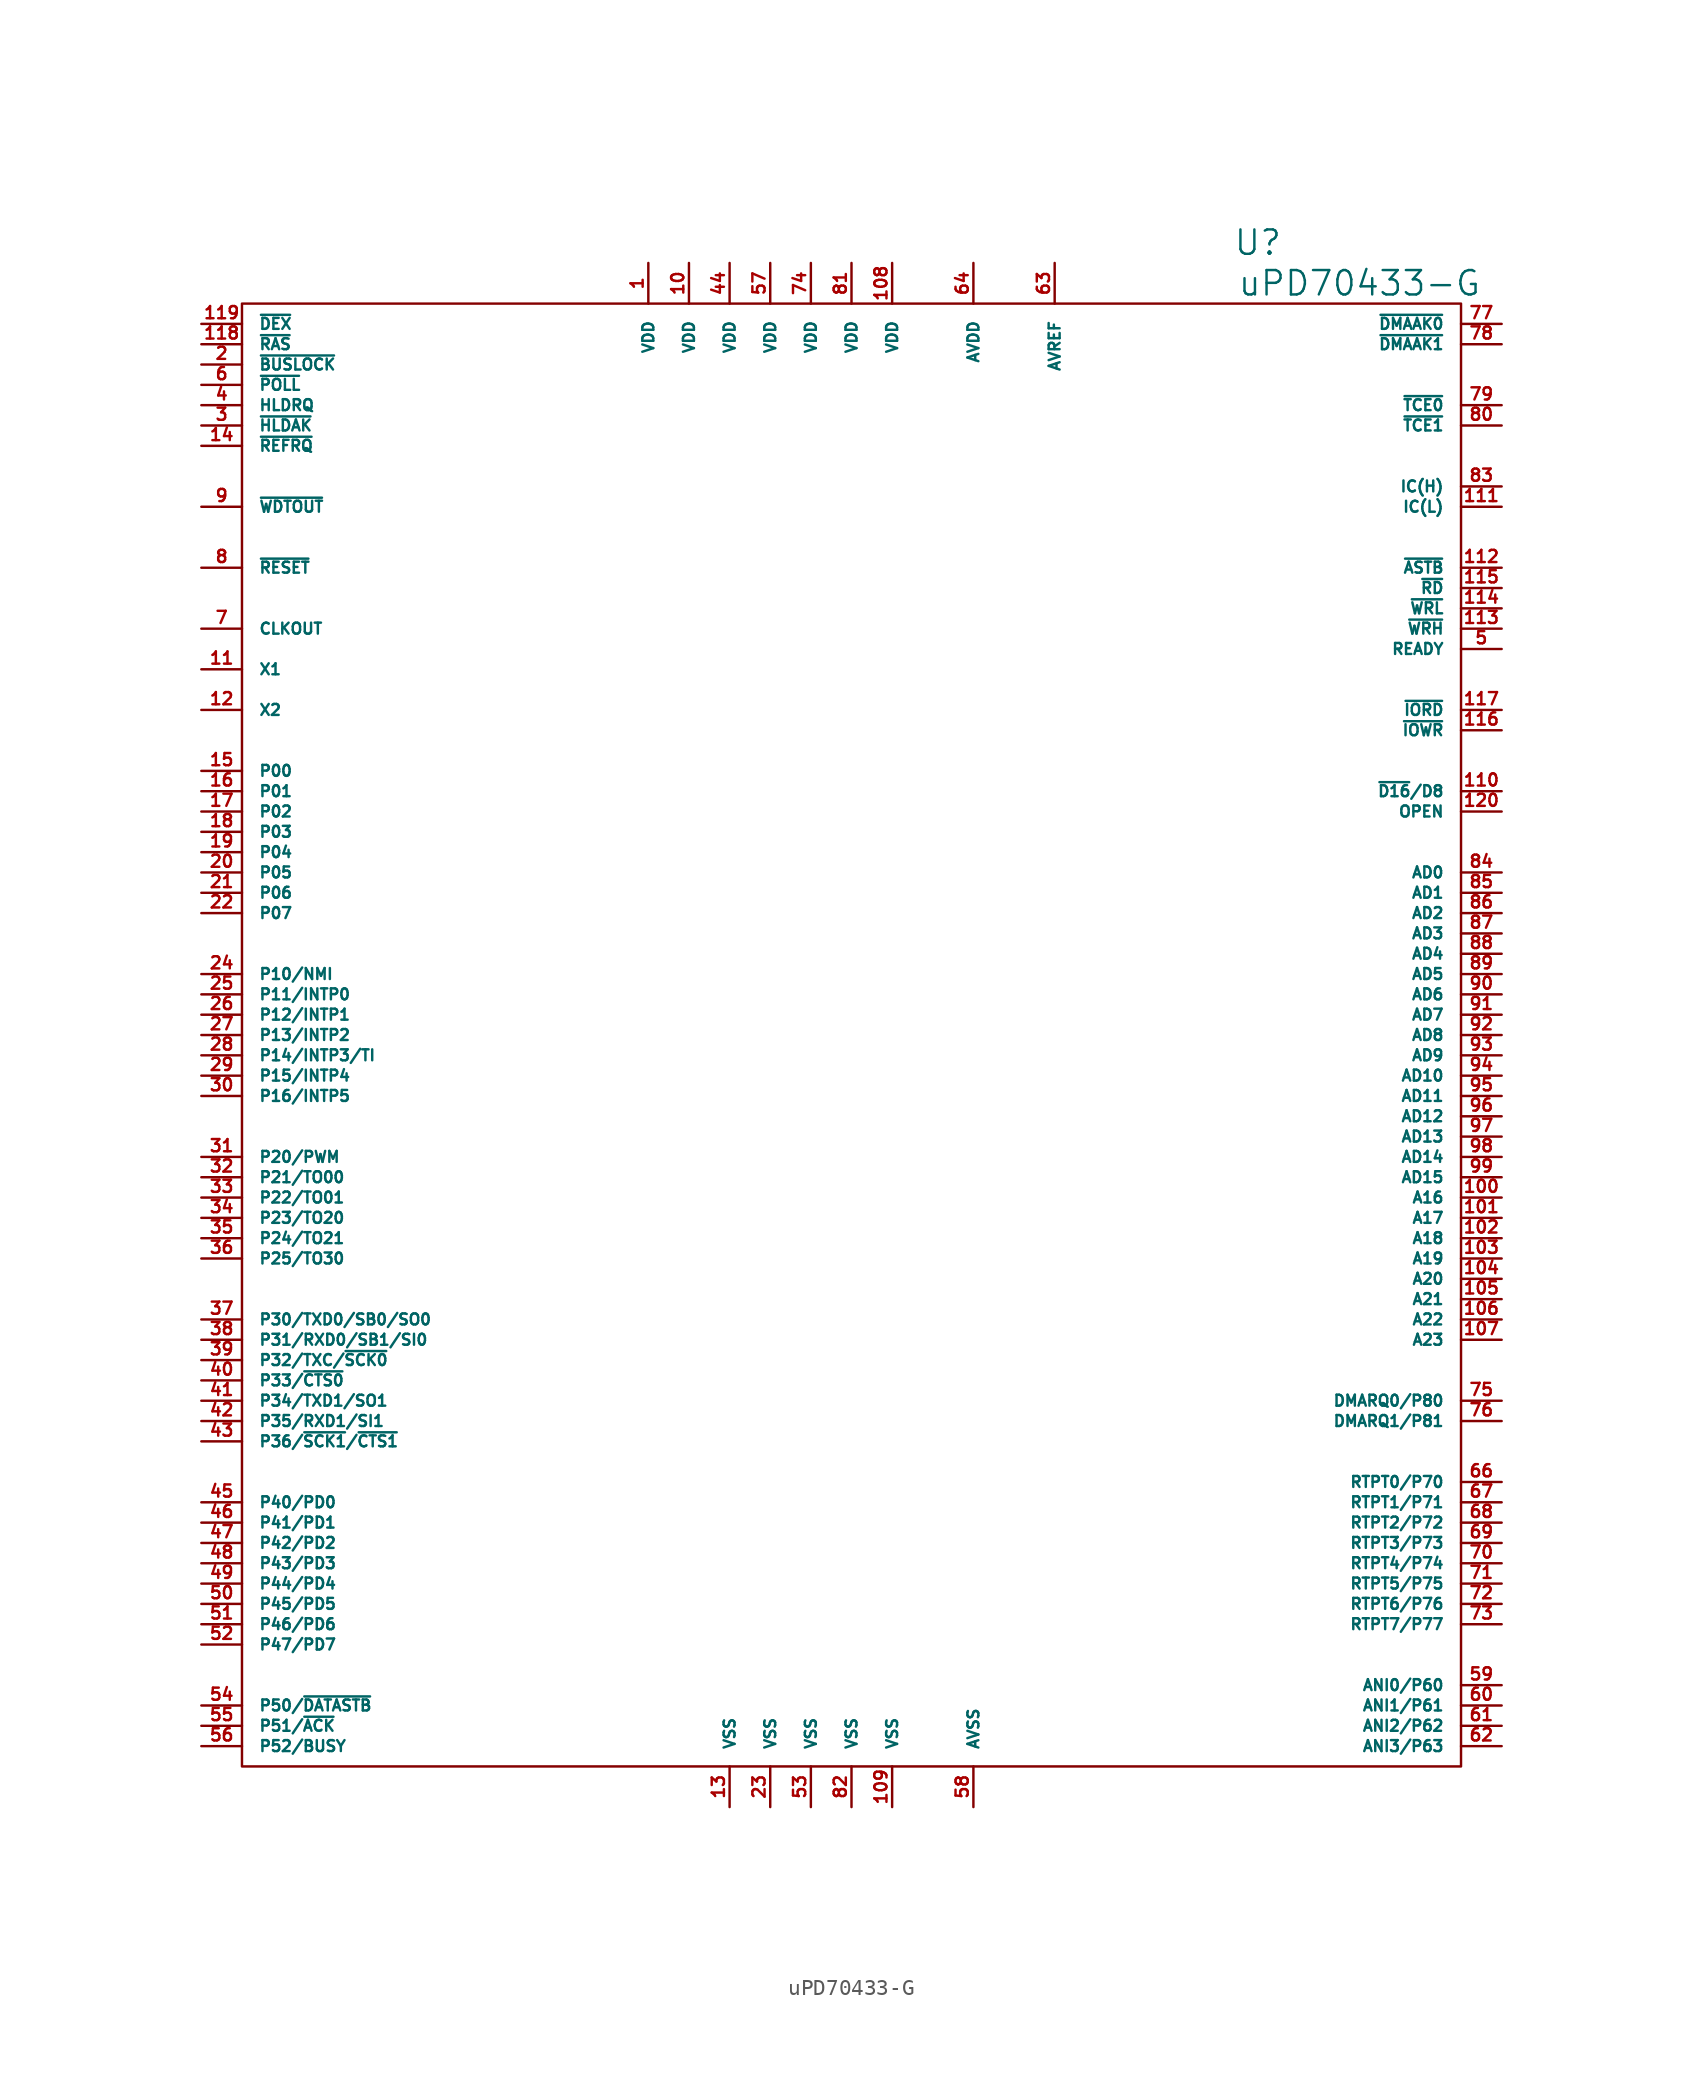
<source format=kicad_sym>
(kicad_symbol_lib
  (version 20220914)
  (generator kicad_symbol_editor)
  (symbol "uPD70433-G"
    (pin_names
      (offset 1.016))
    (property "Reference" "U"
      (at 25.4 49.53 0)
      (effects (font (size 1.524 1.524))))
    (property "Value" "uPD70433-G"
      (at 31.75 46.99 0)
      (effects (font (size 1.524 1.524))))
    (property "Footprint" ""
      (at 0 2.54 0)
      (effects (font (size 1.524 1.524))))
    (property "Datasheet" ""
      (at 0 0 0)
      (effects (font (size 1.524 1.524))))
    (symbol "uPD70433-G_0_1"
      (rectangle (start -38.1 45.72) (end 38.1 -45.72) (stroke (width 0) (type solid)) (fill (type none))))
    (symbol "uPD70433-G_1_1"
      (pin passive line (at -12.7 48.26 270) (length 2.54) (name "VDD" (effects (font (size 0.686 0.686)))) (number "1" (effects (font (size 0.762 0.762)))))
      (pin passive line (at -10.16 48.26 270) (length 2.54) (name "VDD" (effects (font (size 0.686 0.686)))) (number "10" (effects (font (size 0.762 0.762)))))
      (pin passive line (at 40.64 -10.16 180) (length 2.54) (name "A16" (effects (font (size 0.686 0.686)))) (number "100" (effects (font (size 0.762 0.762)))))
      (pin passive line (at 40.64 -11.43 180) (length 2.54) (name "A17" (effects (font (size 0.686 0.686)))) (number "101" (effects (font (size 0.762 0.762)))))
      (pin passive line (at 40.64 -12.7 180) (length 2.54) (name "A18" (effects (font (size 0.686 0.686)))) (number "102" (effects (font (size 0.762 0.762)))))
      (pin passive line (at 40.64 -13.97 180) (length 2.54) (name "A19" (effects (font (size 0.686 0.686)))) (number "103" (effects (font (size 0.762 0.762)))))
      (pin passive line (at 40.64 -15.24 180) (length 2.54) (name "A20" (effects (font (size 0.686 0.686)))) (number "104" (effects (font (size 0.762 0.762)))))
      (pin passive line (at 40.64 -16.51 180) (length 2.54) (name "A21" (effects (font (size 0.686 0.686)))) (number "105" (effects (font (size 0.762 0.762)))))
      (pin passive line (at 40.64 -17.78 180) (length 2.54) (name "A22" (effects (font (size 0.686 0.686)))) (number "106" (effects (font (size 0.762 0.762)))))
      (pin passive line (at 40.64 -19.05 180) (length 2.54) (name "A23" (effects (font (size 0.686 0.686)))) (number "107" (effects (font (size 0.762 0.762)))))
      (pin passive line (at 2.54 48.26 270) (length 2.54) (name "VDD" (effects (font (size 0.686 0.686)))) (number "108" (effects (font (size 0.762 0.762)))))
      (pin passive line (at 2.54 -48.26 90) (length 2.54) (name "VSS" (effects (font (size 0.686 0.686)))) (number "109" (effects (font (size 0.762 0.762)))))
      (pin passive line (at -40.64 22.86 0) (length 2.54) (name "X1" (effects (font (size 0.686 0.686)))) (number "11" (effects (font (size 0.762 0.762)))))
      (pin passive line (at 40.64 15.24 180) (length 2.54) (name "~{D16}/D8" (effects (font (size 0.686 0.686)))) (number "110" (effects (font (size 0.762 0.762)))))
      (pin passive line (at 40.64 33.02 180) (length 2.54) (name "IC(L)" (effects (font (size 0.686 0.686)))) (number "111" (effects (font (size 0.762 0.762)))))
      (pin passive line (at 40.64 29.21 180) (length 2.54) (name "~{ASTB}" (effects (font (size 0.686 0.686)))) (number "112" (effects (font (size 0.762 0.762)))))
      (pin passive line (at 40.64 25.4 180) (length 2.54) (name "~{WRH}" (effects (font (size 0.686 0.686)))) (number "113" (effects (font (size 0.762 0.762)))))
      (pin passive line (at 40.64 26.67 180) (length 2.54) (name "~{WRL}" (effects (font (size 0.686 0.686)))) (number "114" (effects (font (size 0.762 0.762)))))
      (pin passive line (at 40.64 27.94 180) (length 2.54) (name "~{RD}" (effects (font (size 0.686 0.686)))) (number "115" (effects (font (size 0.762 0.762)))))
      (pin passive line (at 40.64 19.05 180) (length 2.54) (name "~{IOWR}" (effects (font (size 0.686 0.686)))) (number "116" (effects (font (size 0.762 0.762)))))
      (pin passive line (at 40.64 20.32 180) (length 2.54) (name "~{IORD}" (effects (font (size 0.686 0.686)))) (number "117" (effects (font (size 0.762 0.762)))))
      (pin passive line (at -40.64 43.18 0) (length 2.54) (name "~{RAS}" (effects (font (size 0.686 0.686)))) (number "118" (effects (font (size 0.762 0.762)))))
      (pin passive line (at -40.64 44.45 0) (length 2.54) (name "~{DEX}" (effects (font (size 0.686 0.686)))) (number "119" (effects (font (size 0.762 0.762)))))
      (pin passive line (at -40.64 20.32 0) (length 2.54) (name "X2" (effects (font (size 0.686 0.686)))) (number "12" (effects (font (size 0.762 0.762)))))
      (pin passive line (at 40.64 13.97 180) (length 2.54) (name "OPEN" (effects (font (size 0.686 0.686)))) (number "120" (effects (font (size 0.762 0.762)))))
      (pin passive line (at -7.62 -48.26 90) (length 2.54) (name "VSS" (effects (font (size 0.686 0.686)))) (number "13" (effects (font (size 0.762 0.762)))))
      (pin passive line (at -40.64 36.83 0) (length 2.54) (name "~{REFRQ}" (effects (font (size 0.686 0.686)))) (number "14" (effects (font (size 0.762 0.762)))))
      (pin passive line (at -40.64 16.51 0) (length 2.54) (name "P00" (effects (font (size 0.686 0.686)))) (number "15" (effects (font (size 0.762 0.762)))))
      (pin passive line (at -40.64 15.24 0) (length 2.54) (name "P01" (effects (font (size 0.686 0.686)))) (number "16" (effects (font (size 0.762 0.762)))))
      (pin passive line (at -40.64 13.97 0) (length 2.54) (name "P02" (effects (font (size 0.686 0.686)))) (number "17" (effects (font (size 0.762 0.762)))))
      (pin passive line (at -40.64 12.7 0) (length 2.54) (name "P03" (effects (font (size 0.686 0.686)))) (number "18" (effects (font (size 0.762 0.762)))))
      (pin passive line (at -40.64 11.43 0) (length 2.54) (name "P04" (effects (font (size 0.686 0.686)))) (number "19" (effects (font (size 0.762 0.762)))))
      (pin passive line (at -40.64 41.91 0) (length 2.54) (name "~{BUSLOCK}" (effects (font (size 0.686 0.686)))) (number "2" (effects (font (size 0.762 0.762)))))
      (pin passive line (at -40.64 10.16 0) (length 2.54) (name "P05" (effects (font (size 0.686 0.686)))) (number "20" (effects (font (size 0.762 0.762)))))
      (pin passive line (at -40.64 8.89 0) (length 2.54) (name "P06" (effects (font (size 0.686 0.686)))) (number "21" (effects (font (size 0.762 0.762)))))
      (pin passive line (at -40.64 7.62 0) (length 2.54) (name "P07" (effects (font (size 0.686 0.686)))) (number "22" (effects (font (size 0.762 0.762)))))
      (pin passive line (at -5.08 -48.26 90) (length 2.54) (name "VSS" (effects (font (size 0.686 0.686)))) (number "23" (effects (font (size 0.762 0.762)))))
      (pin passive line (at -40.64 3.81 0) (length 2.54) (name "P10/NMI" (effects (font (size 0.686 0.686)))) (number "24" (effects (font (size 0.762 0.762)))))
      (pin passive line (at -40.64 2.54 0) (length 2.54) (name "P11/INTP0" (effects (font (size 0.686 0.686)))) (number "25" (effects (font (size 0.762 0.762)))))
      (pin passive line (at -40.64 1.27 0) (length 2.54) (name "P12/INTP1" (effects (font (size 0.686 0.686)))) (number "26" (effects (font (size 0.762 0.762)))))
      (pin passive line (at -40.64 0 0) (length 2.54) (name "P13/INTP2" (effects (font (size 0.686 0.686)))) (number "27" (effects (font (size 0.762 0.762)))))
      (pin passive line (at -40.64 -1.27 0) (length 2.54) (name "P14/INTP3/TI" (effects (font (size 0.686 0.686)))) (number "28" (effects (font (size 0.762 0.762)))))
      (pin passive line (at -40.64 -2.54 0) (length 2.54) (name "P15/INTP4" (effects (font (size 0.686 0.686)))) (number "29" (effects (font (size 0.762 0.762)))))
      (pin passive line (at -40.64 38.1 0) (length 2.54) (name "~{HLDAK}" (effects (font (size 0.686 0.686)))) (number "3" (effects (font (size 0.762 0.762)))))
      (pin passive line (at -40.64 -3.81 0) (length 2.54) (name "P16/INTP5" (effects (font (size 0.686 0.686)))) (number "30" (effects (font (size 0.762 0.762)))))
      (pin passive line (at -40.64 -7.62 0) (length 2.54) (name "P20/PWM" (effects (font (size 0.686 0.686)))) (number "31" (effects (font (size 0.762 0.762)))))
      (pin passive line (at -40.64 -8.89 0) (length 2.54) (name "P21/TO00" (effects (font (size 0.686 0.686)))) (number "32" (effects (font (size 0.762 0.762)))))
      (pin passive line (at -40.64 -10.16 0) (length 2.54) (name "P22/TO01" (effects (font (size 0.686 0.686)))) (number "33" (effects (font (size 0.762 0.762)))))
      (pin passive line (at -40.64 -11.43 0) (length 2.54) (name "P23/TO20" (effects (font (size 0.686 0.686)))) (number "34" (effects (font (size 0.762 0.762)))))
      (pin passive line (at -40.64 -12.7 0) (length 2.54) (name "P24/TO21" (effects (font (size 0.686 0.686)))) (number "35" (effects (font (size 0.762 0.762)))))
      (pin passive line (at -40.64 -13.97 0) (length 2.54) (name "P25/TO30" (effects (font (size 0.686 0.686)))) (number "36" (effects (font (size 0.762 0.762)))))
      (pin passive line (at -40.64 -17.78 0) (length 2.54) (name "P30/TXD0/SB0/SO0" (effects (font (size 0.686 0.686)))) (number "37" (effects (font (size 0.762 0.762)))))
      (pin passive line (at -40.64 -19.05 0) (length 2.54) (name "P31/RXD0/SB1/SI0" (effects (font (size 0.686 0.686)))) (number "38" (effects (font (size 0.762 0.762)))))
      (pin passive line (at -40.64 -20.32 0) (length 2.54) (name "P32/TXC/~{SCK0}" (effects (font (size 0.686 0.686)))) (number "39" (effects (font (size 0.762 0.762)))))
      (pin passive line (at -40.64 39.37 0) (length 2.54) (name "HLDRQ" (effects (font (size 0.686 0.686)))) (number "4" (effects (font (size 0.762 0.762)))))
      (pin passive line (at -40.64 -21.59 0) (length 2.54) (name "P33/~{CTS0}" (effects (font (size 0.686 0.686)))) (number "40" (effects (font (size 0.762 0.762)))))
      (pin passive line (at -40.64 -22.86 0) (length 2.54) (name "P34/TXD1/SO1" (effects (font (size 0.686 0.686)))) (number "41" (effects (font (size 0.762 0.762)))))
      (pin passive line (at -40.64 -24.13 0) (length 2.54) (name "P35/RXD1/SI1" (effects (font (size 0.686 0.686)))) (number "42" (effects (font (size 0.762 0.762)))))
      (pin passive line (at -40.64 -25.4 0) (length 2.54) (name "P36/~{SCK1}/~{CTS1}" (effects (font (size 0.686 0.686)))) (number "43" (effects (font (size 0.762 0.762)))))
      (pin passive line (at -7.62 48.26 270) (length 2.54) (name "VDD" (effects (font (size 0.686 0.686)))) (number "44" (effects (font (size 0.762 0.762)))))
      (pin passive line (at -40.64 -29.21 0) (length 2.54) (name "P40/PD0" (effects (font (size 0.686 0.686)))) (number "45" (effects (font (size 0.762 0.762)))))
      (pin passive line (at -40.64 -30.48 0) (length 2.54) (name "P41/PD1" (effects (font (size 0.686 0.686)))) (number "46" (effects (font (size 0.762 0.762)))))
      (pin passive line (at -40.64 -31.75 0) (length 2.54) (name "P42/PD2" (effects (font (size 0.686 0.686)))) (number "47" (effects (font (size 0.762 0.762)))))
      (pin passive line (at -40.64 -33.02 0) (length 2.54) (name "P43/PD3" (effects (font (size 0.686 0.686)))) (number "48" (effects (font (size 0.762 0.762)))))
      (pin passive line (at -40.64 -34.29 0) (length 2.54) (name "P44/PD4" (effects (font (size 0.686 0.686)))) (number "49" (effects (font (size 0.762 0.762)))))
      (pin passive line (at 40.64 24.13 180) (length 2.54) (name "READY" (effects (font (size 0.686 0.686)))) (number "5" (effects (font (size 0.762 0.762)))))
      (pin passive line (at -40.64 -35.56 0) (length 2.54) (name "P45/PD5" (effects (font (size 0.686 0.686)))) (number "50" (effects (font (size 0.762 0.762)))))
      (pin passive line (at -40.64 -36.83 0) (length 2.54) (name "P46/PD6" (effects (font (size 0.686 0.686)))) (number "51" (effects (font (size 0.762 0.762)))))
      (pin passive line (at -40.64 -38.1 0) (length 2.54) (name "P47/PD7" (effects (font (size 0.686 0.686)))) (number "52" (effects (font (size 0.762 0.762)))))
      (pin passive line (at -2.54 -48.26 90) (length 2.54) (name "VSS" (effects (font (size 0.686 0.686)))) (number "53" (effects (font (size 0.762 0.762)))))
      (pin passive line (at -40.64 -41.91 0) (length 2.54) (name "P50/~{DATASTB}" (effects (font (size 0.686 0.686)))) (number "54" (effects (font (size 0.762 0.762)))))
      (pin passive line (at -40.64 -43.18 0) (length 2.54) (name "P51/~{ACK}" (effects (font (size 0.686 0.686)))) (number "55" (effects (font (size 0.762 0.762)))))
      (pin passive line (at -40.64 -44.45 0) (length 2.54) (name "P52/BUSY" (effects (font (size 0.686 0.686)))) (number "56" (effects (font (size 0.762 0.762)))))
      (pin passive line (at -5.08 48.26 270) (length 2.54) (name "VDD" (effects (font (size 0.686 0.686)))) (number "57" (effects (font (size 0.762 0.762)))))
      (pin passive line (at 7.62 -48.26 90) (length 2.54) (name "AVSS" (effects (font (size 0.686 0.686)))) (number "58" (effects (font (size 0.762 0.762)))))
      (pin passive line (at 40.64 -40.64 180) (length 2.54) (name "ANI0/P60" (effects (font (size 0.686 0.686)))) (number "59" (effects (font (size 0.762 0.762)))))
      (pin passive line (at -40.64 40.64 0) (length 2.54) (name "~{POLL}" (effects (font (size 0.686 0.686)))) (number "6" (effects (font (size 0.762 0.762)))))
      (pin passive line (at 40.64 -41.91 180) (length 2.54) (name "ANI1/P61" (effects (font (size 0.686 0.686)))) (number "60" (effects (font (size 0.762 0.762)))))
      (pin passive line (at 40.64 -43.18 180) (length 2.54) (name "ANI2/P62" (effects (font (size 0.686 0.686)))) (number "61" (effects (font (size 0.762 0.762)))))
      (pin passive line (at 40.64 -44.45 180) (length 2.54) (name "ANI3/P63" (effects (font (size 0.686 0.686)))) (number "62" (effects (font (size 0.762 0.762)))))
      (pin passive line (at 12.7 48.26 270) (length 2.54) (name "AVREF" (effects (font (size 0.686 0.686)))) (number "63" (effects (font (size 0.762 0.762)))))
      (pin passive line (at 7.62 48.26 270) (length 2.54) (name "AVDD" (effects (font (size 0.686 0.686)))) (number "64" (effects (font (size 0.762 0.762)))))
      (pin passive line (at 40.64 -27.94 180) (length 2.54) (name "RTPT0/P70" (effects (font (size 0.686 0.686)))) (number "66" (effects (font (size 0.762 0.762)))))
      (pin passive line (at 40.64 -29.21 180) (length 2.54) (name "RTPT1/P71" (effects (font (size 0.686 0.686)))) (number "67" (effects (font (size 0.762 0.762)))))
      (pin passive line (at 40.64 -30.48 180) (length 2.54) (name "RTPT2/P72" (effects (font (size 0.686 0.686)))) (number "68" (effects (font (size 0.762 0.762)))))
      (pin passive line (at 40.64 -31.75 180) (length 2.54) (name "RTPT3/P73" (effects (font (size 0.686 0.686)))) (number "69" (effects (font (size 0.762 0.762)))))
      (pin passive line (at -40.64 25.4 0) (length 2.54) (name "CLKOUT" (effects (font (size 0.686 0.686)))) (number "7" (effects (font (size 0.762 0.762)))))
      (pin passive line (at 40.64 -33.02 180) (length 2.54) (name "RTPT4/P74" (effects (font (size 0.686 0.686)))) (number "70" (effects (font (size 0.762 0.762)))))
      (pin passive line (at 40.64 -34.29 180) (length 2.54) (name "RTPT5/P75" (effects (font (size 0.686 0.686)))) (number "71" (effects (font (size 0.762 0.762)))))
      (pin passive line (at 40.64 -35.56 180) (length 2.54) (name "RTPT6/P76" (effects (font (size 0.686 0.686)))) (number "72" (effects (font (size 0.762 0.762)))))
      (pin passive line (at 40.64 -36.83 180) (length 2.54) (name "RTPT7/P77" (effects (font (size 0.686 0.686)))) (number "73" (effects (font (size 0.762 0.762)))))
      (pin passive line (at -2.54 48.26 270) (length 2.54) (name "VDD" (effects (font (size 0.686 0.686)))) (number "74" (effects (font (size 0.762 0.762)))))
      (pin passive line (at 40.64 -22.86 180) (length 2.54) (name "DMARQ0/P80" (effects (font (size 0.686 0.686)))) (number "75" (effects (font (size 0.762 0.762)))))
      (pin passive line (at 40.64 -24.13 180) (length 2.54) (name "DMARQ1/P81" (effects (font (size 0.686 0.686)))) (number "76" (effects (font (size 0.762 0.762)))))
      (pin passive line (at 40.64 44.45 180) (length 2.54) (name "~{DMAAK0}" (effects (font (size 0.686 0.686)))) (number "77" (effects (font (size 0.762 0.762)))))
      (pin passive line (at 40.64 43.18 180) (length 2.54) (name "~{DMAAK1}" (effects (font (size 0.686 0.686)))) (number "78" (effects (font (size 0.762 0.762)))))
      (pin passive line (at 40.64 39.37 180) (length 2.54) (name "~{TCE0}" (effects (font (size 0.686 0.686)))) (number "79" (effects (font (size 0.762 0.762)))))
      (pin passive line (at -40.64 29.21 0) (length 2.54) (name "~{RESET}" (effects (font (size 0.686 0.686)))) (number "8" (effects (font (size 0.762 0.762)))))
      (pin passive line (at 40.64 38.1 180) (length 2.54) (name "~{TCE1}" (effects (font (size 0.686 0.686)))) (number "80" (effects (font (size 0.762 0.762)))))
      (pin passive line (at 0 48.26 270) (length 2.54) (name "VDD" (effects (font (size 0.686 0.686)))) (number "81" (effects (font (size 0.762 0.762)))))
      (pin passive line (at 0 -48.26 90) (length 2.54) (name "VSS" (effects (font (size 0.686 0.686)))) (number "82" (effects (font (size 0.762 0.762)))))
      (pin passive line (at 40.64 34.29 180) (length 2.54) (name "IC(H)" (effects (font (size 0.686 0.686)))) (number "83" (effects (font (size 0.762 0.762)))))
      (pin passive line (at 40.64 10.16 180) (length 2.54) (name "AD0" (effects (font (size 0.686 0.686)))) (number "84" (effects (font (size 0.762 0.762)))))
      (pin passive line (at 40.64 8.89 180) (length 2.54) (name "AD1" (effects (font (size 0.686 0.686)))) (number "85" (effects (font (size 0.762 0.762)))))
      (pin passive line (at 40.64 7.62 180) (length 2.54) (name "AD2" (effects (font (size 0.686 0.686)))) (number "86" (effects (font (size 0.762 0.762)))))
      (pin passive line (at 40.64 6.35 180) (length 2.54) (name "AD3" (effects (font (size 0.686 0.686)))) (number "87" (effects (font (size 0.762 0.762)))))
      (pin passive line (at 40.64 5.08 180) (length 2.54) (name "AD4" (effects (font (size 0.686 0.686)))) (number "88" (effects (font (size 0.762 0.762)))))
      (pin passive line (at 40.64 3.81 180) (length 2.54) (name "AD5" (effects (font (size 0.686 0.686)))) (number "89" (effects (font (size 0.762 0.762)))))
      (pin passive line (at -40.64 33.02 0) (length 2.54) (name "~{WDTOUT}" (effects (font (size 0.686 0.686)))) (number "9" (effects (font (size 0.762 0.762)))))
      (pin passive line (at 40.64 2.54 180) (length 2.54) (name "AD6" (effects (font (size 0.686 0.686)))) (number "90" (effects (font (size 0.762 0.762)))))
      (pin passive line (at 40.64 1.27 180) (length 2.54) (name "AD7" (effects (font (size 0.686 0.686)))) (number "91" (effects (font (size 0.762 0.762)))))
      (pin passive line (at 40.64 0 180) (length 2.54) (name "AD8" (effects (font (size 0.686 0.686)))) (number "92" (effects (font (size 0.762 0.762)))))
      (pin passive line (at 40.64 -1.27 180) (length 2.54) (name "AD9" (effects (font (size 0.686 0.686)))) (number "93" (effects (font (size 0.762 0.762)))))
      (pin passive line (at 40.64 -2.54 180) (length 2.54) (name "AD10" (effects (font (size 0.686 0.686)))) (number "94" (effects (font (size 0.762 0.762)))))
      (pin passive line (at 40.64 -3.81 180) (length 2.54) (name "AD11" (effects (font (size 0.686 0.686)))) (number "95" (effects (font (size 0.762 0.762)))))
      (pin passive line (at 40.64 -5.08 180) (length 2.54) (name "AD12" (effects (font (size 0.686 0.686)))) (number "96" (effects (font (size 0.762 0.762)))))
      (pin passive line (at 40.64 -6.35 180) (length 2.54) (name "AD13" (effects (font (size 0.686 0.686)))) (number "97" (effects (font (size 0.762 0.762)))))
      (pin passive line (at 40.64 -7.62 180) (length 2.54) (name "AD14" (effects (font (size 0.686 0.686)))) (number "98" (effects (font (size 0.762 0.762)))))
      (pin passive line (at 40.64 -8.89 180) (length 2.54) (name "AD15" (effects (font (size 0.686 0.686)))) (number "99" (effects (font (size 0.762 0.762))))))))
</source>
